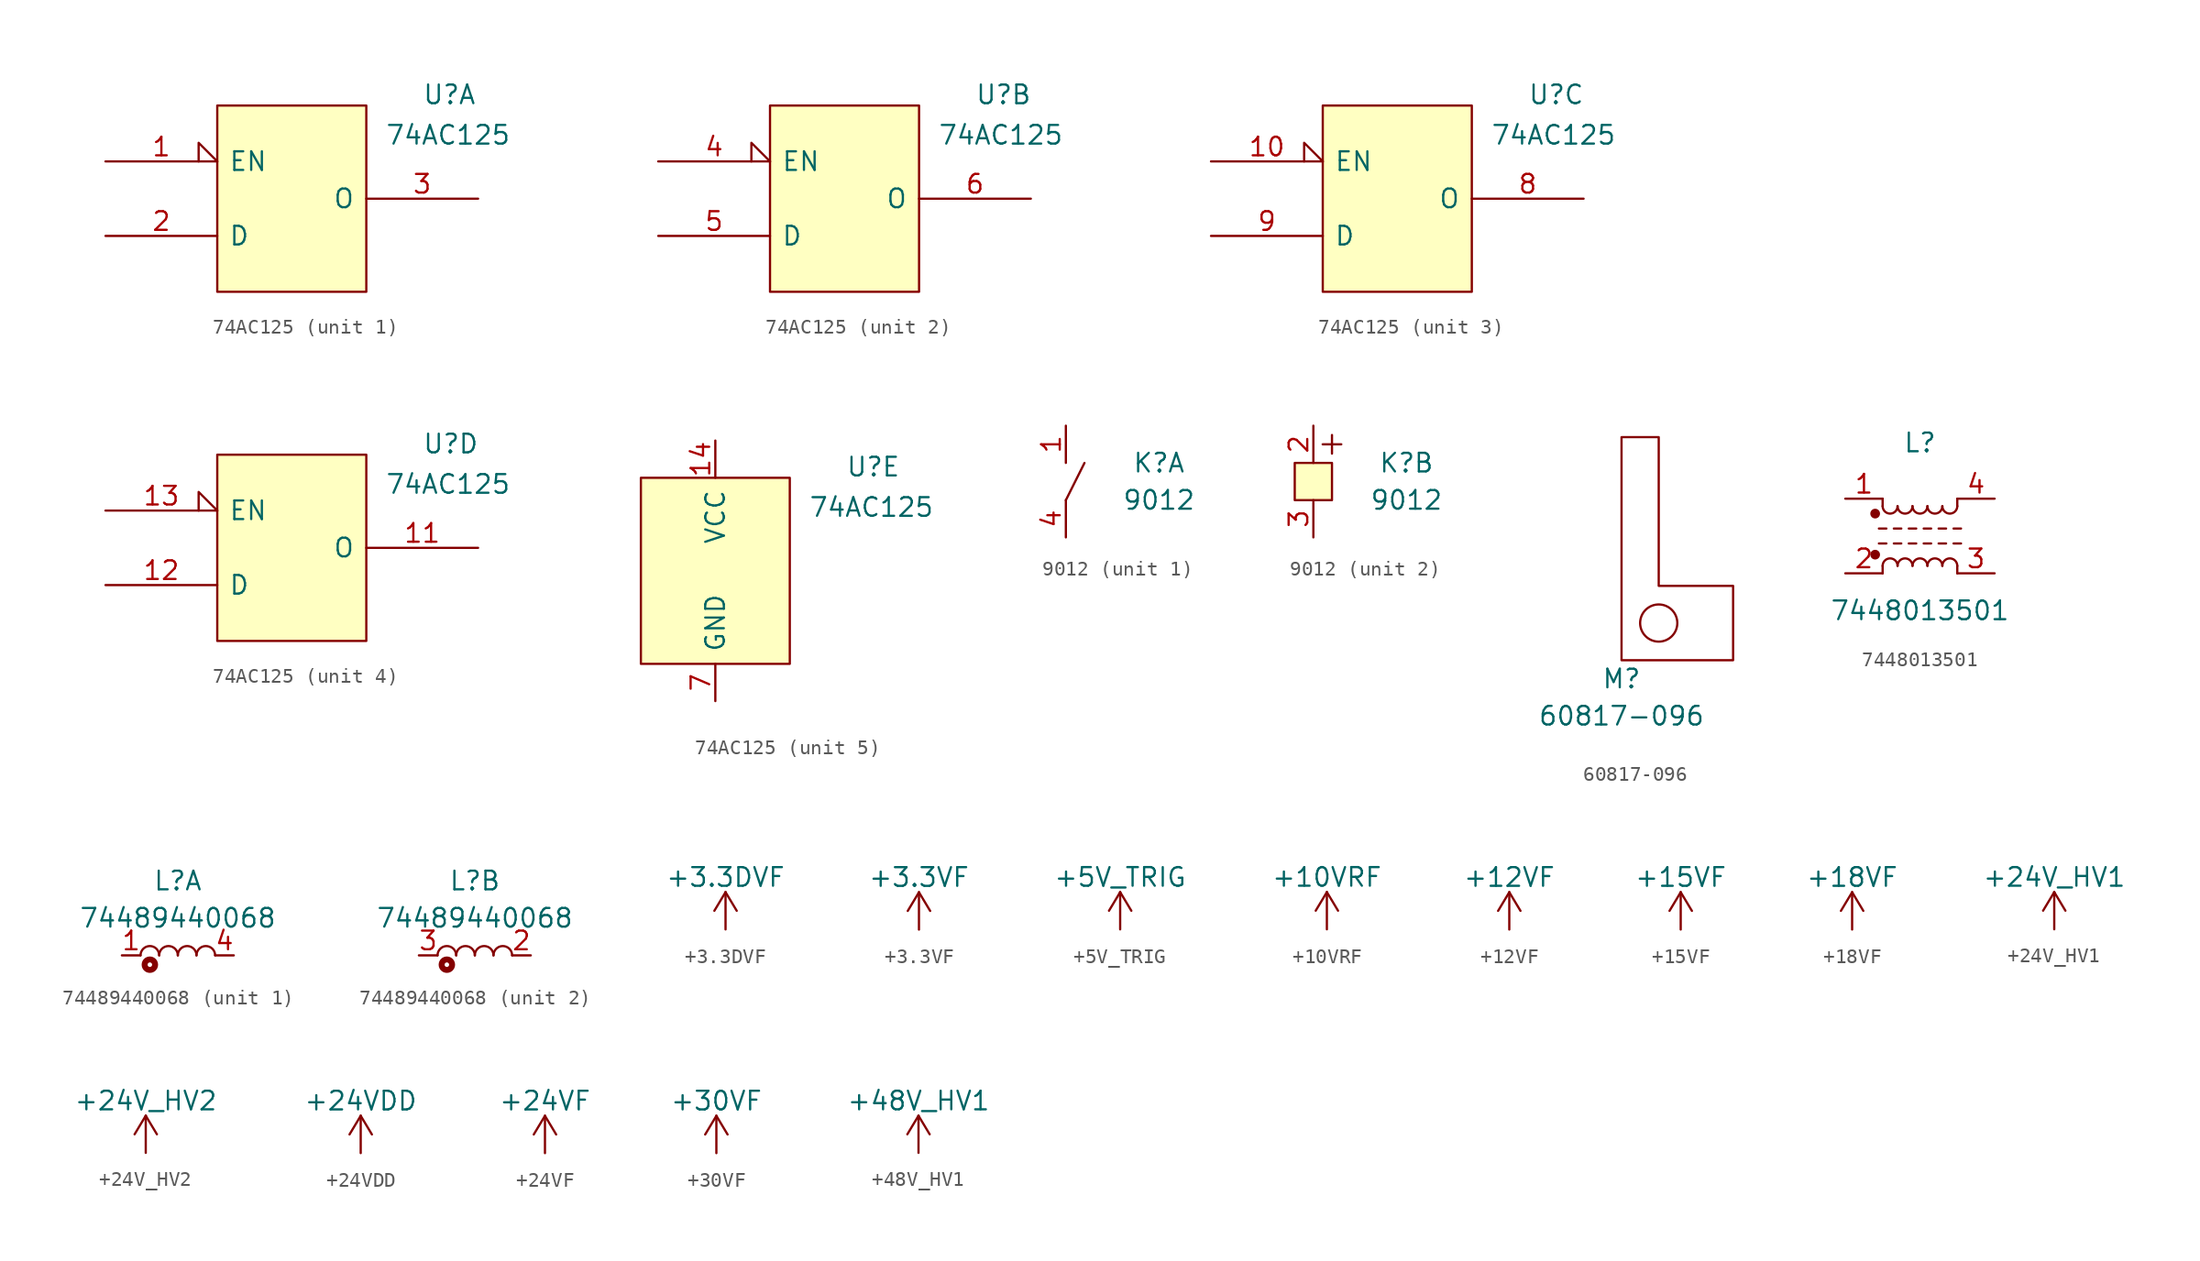
<source format=kicad_sym>
(kicad_symbol_lib
  (version 20220914)
  (generator kicad_symbol_editor)
  (symbol "74AC125"
    (pin_names
      (offset 0.762))
    (property "Reference" "U"
      (at 8.89 6.35 0)
      (effects (font (size 1.27 1.27)) (justify left bottom)))
    (property "Value" "74AC125"
      (at 6.35 5.08 0)
      (effects (font (size 1.27 1.27)) (justify left top)))
    (symbol "74AC125_0_1"
      (rectangle (start -5.08 6.35) (end 5.08 -6.35) (stroke (width 0) (type solid)) (fill (type background))))
    (symbol "74AC125_1_0"
      (pin input input_low (at -12.7 2.54 0) (length 7.62) (name "EN" (effects (font (size 1.27 1.27)))) (number "1" (effects (font (size 1.27 1.27))))))
    (symbol "74AC125_1_1"
      (pin input line (at -12.7 -2.54 0) (length 7.62) (name "D" (effects (font (size 1.27 1.27)))) (number "2" (effects (font (size 1.27 1.27)))))
      (pin tri_state line (at 12.7 0 180) (length 7.62) (name "O" (effects (font (size 1.27 1.27)))) (number "3" (effects (font (size 1.27 1.27))))))
    (symbol "74AC125_2_0"
      (pin input input_low (at -12.7 2.54 0) (length 7.62) (name "EN" (effects (font (size 1.27 1.27)))) (number "4" (effects (font (size 1.27 1.27))))))
    (symbol "74AC125_2_1"
      (pin input line (at -12.7 -2.54 0) (length 7.62) (name "D" (effects (font (size 1.27 1.27)))) (number "5" (effects (font (size 1.27 1.27)))))
      (pin tri_state line (at 12.7 0 180) (length 7.62) (name "O" (effects (font (size 1.27 1.27)))) (number "6" (effects (font (size 1.27 1.27))))))
    (symbol "74AC125_3_0"
      (pin input input_low (at -12.7 2.54 0) (length 7.62) (name "EN" (effects (font (size 1.27 1.27)))) (number "10" (effects (font (size 1.27 1.27))))))
    (symbol "74AC125_3_1"
      (pin tri_state line (at 12.7 0 180) (length 7.62) (name "O" (effects (font (size 1.27 1.27)))) (number "8" (effects (font (size 1.27 1.27)))))
      (pin input line (at -12.7 -2.54 0) (length 7.62) (name "D" (effects (font (size 1.27 1.27)))) (number "9" (effects (font (size 1.27 1.27))))))
    (symbol "74AC125_4_0"
      (pin input input_low (at -12.7 2.54 0) (length 7.62) (name "EN" (effects (font (size 1.27 1.27)))) (number "13" (effects (font (size 1.27 1.27))))))
    (symbol "74AC125_4_1"
      (pin tri_state line (at 12.7 0 180) (length 7.62) (name "O" (effects (font (size 1.27 1.27)))) (number "11" (effects (font (size 1.27 1.27)))))
      (pin input line (at -12.7 -2.54 0) (length 7.62) (name "D" (effects (font (size 1.27 1.27)))) (number "12" (effects (font (size 1.27 1.27))))))
    (symbol "74AC125_5_1"
      (pin passive line (at 0 8.89 270) (length 2.54) (name "VCC" (effects (font (size 1.27 1.27)))) (number "14" (effects (font (size 1.27 1.27)))))
      (pin passive line (at 0 -8.89 90) (length 2.54) (name "GND" (effects (font (size 1.27 1.27)))) (number "7" (effects (font (size 1.27 1.27)))))))
  (symbol "9012"
    (pin_names
      (offset 1.016))
    (property "Reference" "K"
      (at 6.35 1.27 0)
      (effects (font (size 1.27 1.27))))
    (property "Value" "9012"
      (at 6.35 -1.27 0)
      (effects (font (size 1.27 1.27))))
    (symbol "9012_1_1"
      (polyline (pts (xy 0 -1.27) (xy 1.27 1.27)) (stroke (width 0) (type solid)) (fill (type none)))
      (pin passive line (at 0 3.81 270) (length 2.54) (name "~" (effects (font (size 1.27 1.27)))) (number "1" (effects (font (size 1.27 1.27)))))
      (pin passive line (at 0 -3.81 90) (length 2.54) (name "~" (effects (font (size 1.27 1.27)))) (number "4" (effects (font (size 1.27 1.27))))))
    (symbol "9012_2_1"
      (polyline (pts (xy 0.635 2.54) (xy 1.905 2.54)) (stroke (width 0) (type solid)) (fill (type none)))
      (polyline (pts (xy 1.27 3.175) (xy 1.27 1.905)) (stroke (width 0) (type solid)) (fill (type none)))
      (rectangle (start 1.27 1.27) (end -1.27 -1.27) (stroke (width 0) (type solid)) (fill (type background)))
      (pin passive line (at 0 3.81 270) (length 2.54) (name "~" (effects (font (size 1.27 1.27)))) (number "2" (effects (font (size 1.27 1.27)))))
      (pin passive line (at 0 -3.81 90) (length 2.54) (name "~" (effects (font (size 1.27 1.27)))) (number "3" (effects (font (size 1.27 1.27)))))))
  (symbol "60817-096"
    (pin_names
      (offset 1.016))
    (property "Reference" "M"
      (at 0 -1.27 0)
      (effects (font (size 1.27 1.27))))
    (property "Value" "60817-096"
      (at 0 -3.81 0)
      (effects (font (size 1.27 1.27))))
    (symbol "60817-096_0_1"
      (polyline (pts (xy 0 0) (xy 0 15.24) (xy 2.54 15.24) (xy 2.54 5.08) (xy 7.62 5.08) (xy 7.62 0) (xy 0 0)) (stroke (width 0) (type solid)) (fill (type none)))
      (circle (center 2.54 2.54) (radius 1.27) (stroke (width 0) (type solid)) (fill (type none))))
    (symbol "60817-096_1_1"
      (pin no_connect non_logic (at 2.54 2.54 0) (length 2.54) hide (name "~" (effects (font (size 1.27 1.27)))) (number "1" (effects (font (size 1.27 1.27)))))))
  (symbol "7448013501"
    (pin_names
      (offset 1.016))
    (property "Reference" "L"
      (at 0 6.35 0)
      (effects (font (size 1.27 1.27))))
    (property "Value" "7448013501"
      (at 0 -5.08 0)
      (effects (font (size 1.27 1.27))))
    (symbol "7448013501_1_1"
      (circle (center -3.048 -1.27) (radius 0.254) (stroke (width 0) (type solid)) (fill (type outline)))
      (circle (center -3.048 1.524) (radius 0.254) (stroke (width 0) (type solid)) (fill (type outline)))
      (arc (start -2.54 2.032) (mid -2.032 1.5262) (end -1.524 2.032) (stroke (width 0) (type solid)) (fill (type none)))
      (arc (start -1.524 -2.032) (mid -2.032 -1.5262) (end -2.54 -2.032) (stroke (width 0) (type solid)) (fill (type none)))
      (arc (start -1.524 2.032) (mid -1.016 1.5262) (end -0.508 2.032) (stroke (width 0) (type solid)) (fill (type none)))
      (arc (start -0.508 -2.032) (mid -1.016 -1.5262) (end -1.524 -2.032) (stroke (width 0) (type solid)) (fill (type none)))
      (arc (start -0.508 2.032) (mid 0 1.5262) (end 0.508 2.032) (stroke (width 0) (type solid)) (fill (type none)))
      (polyline (pts (xy -2.794 -0.508) (xy -2.286 -0.508)) (stroke (width 0) (type solid)) (fill (type none)))
      (polyline (pts (xy -2.794 0.508) (xy -2.286 0.508)) (stroke (width 0) (type solid)) (fill (type none)))
      (polyline (pts (xy -2.54 -2.032) (xy -2.54 -2.54)) (stroke (width 0) (type solid)) (fill (type none)))
      (polyline (pts (xy -2.54 2.032) (xy -2.54 2.54)) (stroke (width 0) (type solid)) (fill (type none)))
      (polyline (pts (xy -1.778 -0.508) (xy -1.27 -0.508)) (stroke (width 0) (type solid)) (fill (type none)))
      (polyline (pts (xy -1.778 0.508) (xy -1.27 0.508)) (stroke (width 0) (type solid)) (fill (type none)))
      (polyline (pts (xy -0.762 -0.508) (xy -0.254 -0.508)) (stroke (width 0) (type solid)) (fill (type none)))
      (polyline (pts (xy -0.762 0.508) (xy -0.254 0.508)) (stroke (width 0) (type solid)) (fill (type none)))
      (polyline (pts (xy 0.254 -0.508) (xy 0.762 -0.508)) (stroke (width 0) (type solid)) (fill (type none)))
      (polyline (pts (xy 0.254 0.508) (xy 0.762 0.508)) (stroke (width 0) (type solid)) (fill (type none)))
      (polyline (pts (xy 1.27 -0.508) (xy 1.778 -0.508)) (stroke (width 0) (type solid)) (fill (type none)))
      (polyline (pts (xy 1.27 0.508) (xy 1.778 0.508)) (stroke (width 0) (type solid)) (fill (type none)))
      (polyline (pts (xy 2.286 -0.508) (xy 2.794 -0.508)) (stroke (width 0) (type solid)) (fill (type none)))
      (polyline (pts (xy 2.286 0.508) (xy 2.794 0.508)) (stroke (width 0) (type solid)) (fill (type none)))
      (polyline (pts (xy 2.54 -2.032) (xy 2.54 -2.54)) (stroke (width 0) (type solid)) (fill (type none)))
      (polyline (pts (xy 2.54 2.54) (xy 2.54 2.032)) (stroke (width 0) (type solid)) (fill (type none)))
      (arc (start 0.508 -2.032) (mid 0 -1.5262) (end -0.508 -2.032) (stroke (width 0) (type solid)) (fill (type none)))
      (arc (start 0.508 2.032) (mid 1.016 1.5262) (end 1.524 2.032) (stroke (width 0) (type solid)) (fill (type none)))
      (arc (start 1.524 -2.032) (mid 1.016 -1.5262) (end 0.508 -2.032) (stroke (width 0) (type solid)) (fill (type none)))
      (arc (start 1.524 2.032) (mid 2.032 1.5262) (end 2.54 2.032) (stroke (width 0) (type solid)) (fill (type none)))
      (arc (start 2.54 -2.032) (mid 2.032 -1.5262) (end 1.524 -2.032) (stroke (width 0) (type solid)) (fill (type none)))
      (pin passive line (at -5.08 2.54 0) (length 2.54) (name "~" (effects (font (size 1.27 1.27)))) (number "1" (effects (font (size 1.27 1.27)))))
      (pin passive line (at -5.08 -2.54 0) (length 2.54) (name "~" (effects (font (size 1.27 1.27)))) (number "2" (effects (font (size 1.27 1.27)))))
      (pin passive line (at 5.08 -2.54 180) (length 2.54) (name "~" (effects (font (size 1.27 1.27)))) (number "3" (effects (font (size 1.27 1.27)))))
      (pin passive line (at 5.08 2.54 180) (length 2.54) (name "~" (effects (font (size 1.27 1.27)))) (number "4" (effects (font (size 1.27 1.27)))))))
  (symbol "74489440068"
    (pin_names
      (offset 1.016))
    (property "Reference" "L"
      (at 0 5.08 0)
      (effects (font (size 1.27 1.27))))
    (property "Value" "74489440068"
      (at 0 2.54 0)
      (effects (font (size 1.27 1.27))))
    (symbol "74489440068_0_1"
      (circle (center -1.905 -0.635) (radius 0.356) (stroke (width 0.406) (type solid)) (fill (type none))))
    (symbol "74489440068_1_1"
      (arc (start -1.27 0) (mid -1.905 0.6323) (end -2.54 0) (stroke (width 0) (type solid)) (fill (type none)))
      (arc (start 0 0) (mid -0.635 0.6323) (end -1.27 0) (stroke (width 0) (type solid)) (fill (type none)))
      (arc (start 1.27 0) (mid 0.635 0.6323) (end 0 0) (stroke (width 0) (type solid)) (fill (type none)))
      (arc (start 2.54 0) (mid 1.905 0.6323) (end 1.27 0) (stroke (width 0) (type solid)) (fill (type none)))
      (pin passive line (at -3.81 0 0) (length 1.27) (name "~" (effects (font (size 1.27 1.27)))) (number "1" (effects (font (size 1.27 1.27)))))
      (pin passive line (at 3.81 0 180) (length 1.27) (name "~" (effects (font (size 1.27 1.27)))) (number "4" (effects (font (size 1.27 1.27))))))
    (symbol "74489440068_2_1"
      (arc (start -1.27 0) (mid -1.905 0.6323) (end -2.54 0) (stroke (width 0) (type solid)) (fill (type none)))
      (arc (start 0 0) (mid -0.635 0.6323) (end -1.27 0) (stroke (width 0) (type solid)) (fill (type none)))
      (arc (start 1.27 0) (mid 0.635 0.6323) (end 0 0) (stroke (width 0) (type solid)) (fill (type none)))
      (arc (start 2.54 0) (mid 1.905 0.6323) (end 1.27 0) (stroke (width 0) (type solid)) (fill (type none)))
      (pin passive line (at 3.81 0 180) (length 1.27) (name "~" (effects (font (size 1.27 1.27)))) (number "2" (effects (font (size 1.27 1.27)))))
      (pin passive line (at -3.81 0 0) (length 1.27) (name "~" (effects (font (size 1.27 1.27)))) (number "3" (effects (font (size 1.27 1.27)))))))
  (symbol "+3.3DVF"
    (power)
    (pin_names
      (offset 0))
    (property "Reference" "#PWR"
      (at 0 -3.81 0)
      (effects (font (size 1.27 1.27)) hide))
    (property "Value" "+3.3DVF"
      (at 0 3.556 0)
      (effects (font (size 1.27 1.27))))
    (symbol "+3.3DVF_0_1"
      (polyline (pts (xy -0.762 1.27) (xy 0 2.54)) (stroke (width 0) (type solid)) (fill (type none)))
      (polyline (pts (xy 0 0) (xy 0 2.54)) (stroke (width 0) (type solid)) (fill (type none)))
      (polyline (pts (xy 0 2.54) (xy 0.762 1.27)) (stroke (width 0) (type solid)) (fill (type none))))
    (symbol "+3.3DVF_1_1"
      (pin power_in line (at 0 0 90) (length 0) hide (name "+3.3DVF" (effects (font (size 1.27 1.27)))) (number "1" (effects (font (size 1.27 1.27)))))))
  (symbol "+3.3VF"
    (power)
    (pin_names
      (offset 0))
    (property "Reference" "#PWR"
      (at 0 -3.81 0)
      (effects (font (size 1.27 1.27)) hide))
    (property "Value" "+3.3VF"
      (at 0 3.556 0)
      (effects (font (size 1.27 1.27))))
    (symbol "+3.3VF_0_1"
      (polyline (pts (xy -0.762 1.27) (xy 0 2.54)) (stroke (width 0) (type solid)) (fill (type none)))
      (polyline (pts (xy 0 0) (xy 0 2.54)) (stroke (width 0) (type solid)) (fill (type none)))
      (polyline (pts (xy 0 2.54) (xy 0.762 1.27)) (stroke (width 0) (type solid)) (fill (type none))))
    (symbol "+3.3VF_1_1"
      (pin power_in line (at 0 0 90) (length 0) hide (name "+3.3VF" (effects (font (size 1.27 1.27)))) (number "1" (effects (font (size 1.27 1.27)))))))
  (symbol "+5V_TRIG"
    (power)
    (pin_names
      (offset 0))
    (property "Reference" "#PWR"
      (at 0 -3.81 0)
      (effects (font (size 1.27 1.27)) hide))
    (property "Value" "+5V_TRIG"
      (at 0 3.556 0)
      (effects (font (size 1.27 1.27))))
    (symbol "+5V_TRIG_0_1"
      (polyline (pts (xy -0.762 1.27) (xy 0 2.54)) (stroke (width 0) (type solid)) (fill (type none)))
      (polyline (pts (xy 0 0) (xy 0 2.54)) (stroke (width 0) (type solid)) (fill (type none)))
      (polyline (pts (xy 0 2.54) (xy 0.762 1.27)) (stroke (width 0) (type solid)) (fill (type none))))
    (symbol "+5V_TRIG_1_1"
      (pin power_in line (at 0 0 90) (length 0) hide (name "+5V_TRIG" (effects (font (size 1.27 1.27)))) (number "1" (effects (font (size 1.27 1.27)))))))
  (symbol "+10VRF"
    (power)
    (pin_names
      (offset 0))
    (property "Reference" "#PWR"
      (at 0 -3.81 0)
      (effects (font (size 1.27 1.27)) hide))
    (property "Value" "+10VRF"
      (at 0 3.556 0)
      (effects (font (size 1.27 1.27))))
    (symbol "+10VRF_0_1"
      (polyline (pts (xy -0.762 1.27) (xy 0 2.54)) (stroke (width 0) (type solid)) (fill (type none)))
      (polyline (pts (xy 0 0) (xy 0 2.54)) (stroke (width 0) (type solid)) (fill (type none)))
      (polyline (pts (xy 0 2.54) (xy 0.762 1.27)) (stroke (width 0) (type solid)) (fill (type none))))
    (symbol "+10VRF_1_1"
      (pin power_in line (at 0 0 90) (length 0) hide (name "+10VRF" (effects (font (size 1.27 1.27)))) (number "1" (effects (font (size 1.27 1.27)))))))
  (symbol "+12VF"
    (power)
    (pin_names
      (offset 0))
    (property "Reference" "#PWR"
      (at 0 -3.81 0)
      (effects (font (size 1.27 1.27)) hide))
    (property "Value" "+12VF"
      (at 0 3.556 0)
      (effects (font (size 1.27 1.27))))
    (symbol "+12VF_0_1"
      (polyline (pts (xy -0.762 1.27) (xy 0 2.54)) (stroke (width 0) (type solid)) (fill (type none)))
      (polyline (pts (xy 0 0) (xy 0 2.54)) (stroke (width 0) (type solid)) (fill (type none)))
      (polyline (pts (xy 0 2.54) (xy 0.762 1.27)) (stroke (width 0) (type solid)) (fill (type none))))
    (symbol "+12VF_1_1"
      (pin power_in line (at 0 0 90) (length 0) hide (name "+12VF" (effects (font (size 1.27 1.27)))) (number "1" (effects (font (size 1.27 1.27)))))))
  (symbol "+15VF"
    (power)
    (pin_names
      (offset 0))
    (property "Reference" "#PWR"
      (at 0 -3.81 0)
      (effects (font (size 1.27 1.27)) hide))
    (property "Value" "+15VF"
      (at 0 3.556 0)
      (effects (font (size 1.27 1.27))))
    (symbol "+15VF_0_1"
      (polyline (pts (xy -0.762 1.27) (xy 0 2.54)) (stroke (width 0) (type solid)) (fill (type none)))
      (polyline (pts (xy 0 0) (xy 0 2.54)) (stroke (width 0) (type solid)) (fill (type none)))
      (polyline (pts (xy 0 2.54) (xy 0.762 1.27)) (stroke (width 0) (type solid)) (fill (type none))))
    (symbol "+15VF_1_1"
      (pin power_in line (at 0 0 90) (length 0) hide (name "+15VF" (effects (font (size 1.27 1.27)))) (number "1" (effects (font (size 1.27 1.27)))))))
  (symbol "+18VF"
    (power)
    (pin_names
      (offset 0))
    (property "Reference" "#PWR"
      (at 0 -3.81 0)
      (effects (font (size 1.27 1.27)) hide))
    (property "Value" "+18VF"
      (at 0 3.556 0)
      (effects (font (size 1.27 1.27))))
    (symbol "+18VF_0_1"
      (polyline (pts (xy -0.762 1.27) (xy 0 2.54)) (stroke (width 0) (type solid)) (fill (type none)))
      (polyline (pts (xy 0 0) (xy 0 2.54)) (stroke (width 0) (type solid)) (fill (type none)))
      (polyline (pts (xy 0 2.54) (xy 0.762 1.27)) (stroke (width 0) (type solid)) (fill (type none))))
    (symbol "+18VF_1_1"
      (pin power_in line (at 0 0 90) (length 0) hide (name "+18VF" (effects (font (size 1.27 1.27)))) (number "1" (effects (font (size 1.27 1.27)))))))
  (symbol "+24V_HV1"
    (power)
    (pin_names
      (offset 0))
    (property "Reference" "#PWR"
      (at 0 -3.81 0)
      (effects (font (size 1.27 1.27)) hide))
    (property "Value" "+24V_HV1"
      (at 0 3.556 0)
      (effects (font (size 1.27 1.27))))
    (symbol "+24V_HV1_0_1"
      (polyline (pts (xy -0.762 1.27) (xy 0 2.54)) (stroke (width 0) (type solid)) (fill (type none)))
      (polyline (pts (xy 0 0) (xy 0 2.54)) (stroke (width 0) (type solid)) (fill (type none)))
      (polyline (pts (xy 0 2.54) (xy 0.762 1.27)) (stroke (width 0) (type solid)) (fill (type none))))
    (symbol "+24V_HV1_1_1"
      (pin power_in line (at 0 0 90) (length 0) hide (name "+24V_HV1" (effects (font (size 1.27 1.27)))) (number "1" (effects (font (size 1.27 1.27)))))))
  (symbol "+24V_HV2"
    (power)
    (pin_names
      (offset 0))
    (property "Reference" "#PWR"
      (at 0 -3.81 0)
      (effects (font (size 1.27 1.27)) hide))
    (property "Value" "+24V_HV2"
      (at 0 3.556 0)
      (effects (font (size 1.27 1.27))))
    (symbol "+24V_HV2_0_1"
      (polyline (pts (xy -0.762 1.27) (xy 0 2.54)) (stroke (width 0) (type solid)) (fill (type none)))
      (polyline (pts (xy 0 0) (xy 0 2.54)) (stroke (width 0) (type solid)) (fill (type none)))
      (polyline (pts (xy 0 2.54) (xy 0.762 1.27)) (stroke (width 0) (type solid)) (fill (type none))))
    (symbol "+24V_HV2_1_1"
      (pin power_in line (at 0 0 90) (length 0) hide (name "+24V_HV2" (effects (font (size 1.27 1.27)))) (number "1" (effects (font (size 1.27 1.27)))))))
  (symbol "+24VDD"
    (power)
    (pin_names
      (offset 0))
    (property "Reference" "#PWR"
      (at 0 -3.81 0)
      (effects (font (size 1.27 1.27)) hide))
    (property "Value" "+24VDD"
      (at 0 3.556 0)
      (effects (font (size 1.27 1.27))))
    (symbol "+24VDD_0_1"
      (polyline (pts (xy -0.762 1.27) (xy 0 2.54)) (stroke (width 0) (type solid)) (fill (type none)))
      (polyline (pts (xy 0 0) (xy 0 2.54)) (stroke (width 0) (type solid)) (fill (type none)))
      (polyline (pts (xy 0 2.54) (xy 0.762 1.27)) (stroke (width 0) (type solid)) (fill (type none))))
    (symbol "+24VDD_1_1"
      (pin power_in line (at 0 0 90) (length 0) hide (name "+24VDD" (effects (font (size 1.27 1.27)))) (number "1" (effects (font (size 1.27 1.27)))))))
  (symbol "+24VF"
    (power)
    (pin_names
      (offset 0))
    (property "Reference" "#PWR"
      (at 0 -3.81 0)
      (effects (font (size 1.27 1.27)) hide))
    (property "Value" "+24VF"
      (at 0 3.556 0)
      (effects (font (size 1.27 1.27))))
    (symbol "+24VF_0_1"
      (polyline (pts (xy -0.762 1.27) (xy 0 2.54)) (stroke (width 0) (type solid)) (fill (type none)))
      (polyline (pts (xy 0 0) (xy 0 2.54)) (stroke (width 0) (type solid)) (fill (type none)))
      (polyline (pts (xy 0 2.54) (xy 0.762 1.27)) (stroke (width 0) (type solid)) (fill (type none))))
    (symbol "+24VF_1_1"
      (pin power_in line (at 0 0 90) (length 0) hide (name "+24VF" (effects (font (size 1.27 1.27)))) (number "1" (effects (font (size 1.27 1.27)))))))
  (symbol "+30VF"
    (power)
    (pin_names
      (offset 0))
    (property "Reference" "#PWR"
      (at 0 -3.81 0)
      (effects (font (size 1.27 1.27)) hide))
    (property "Value" "+30VF"
      (at 0 3.556 0)
      (effects (font (size 1.27 1.27))))
    (symbol "+30VF_0_1"
      (polyline (pts (xy -0.762 1.27) (xy 0 2.54)) (stroke (width 0) (type solid)) (fill (type none)))
      (polyline (pts (xy 0 0) (xy 0 2.54)) (stroke (width 0) (type solid)) (fill (type none)))
      (polyline (pts (xy 0 2.54) (xy 0.762 1.27)) (stroke (width 0) (type solid)) (fill (type none))))
    (symbol "+30VF_1_1"
      (pin power_in line (at 0 0 90) (length 0) hide (name "+30VF" (effects (font (size 1.27 1.27)))) (number "1" (effects (font (size 1.27 1.27)))))))
  (symbol "+48V_HV1"
    (power)
    (pin_names
      (offset 0))
    (property "Reference" "#PWR"
      (at 0 -3.81 0)
      (effects (font (size 1.27 1.27)) hide))
    (property "Value" "+48V_HV1"
      (at 0 3.556 0)
      (effects (font (size 1.27 1.27))))
    (symbol "+48V_HV1_0_1"
      (polyline (pts (xy -0.762 1.27) (xy 0 2.54)) (stroke (width 0) (type solid)) (fill (type none)))
      (polyline (pts (xy 0 0) (xy 0 2.54)) (stroke (width 0) (type solid)) (fill (type none)))
      (polyline (pts (xy 0 2.54) (xy 0.762 1.27)) (stroke (width 0) (type solid)) (fill (type none))))
    (symbol "+48V_HV1_1_1"
      (pin power_in line (at 0 0 90) (length 0) hide (name "+48V_HV1" (effects (font (size 1.27 1.27)))) (number "1" (effects (font (size 1.27 1.27))))))))
</source>
